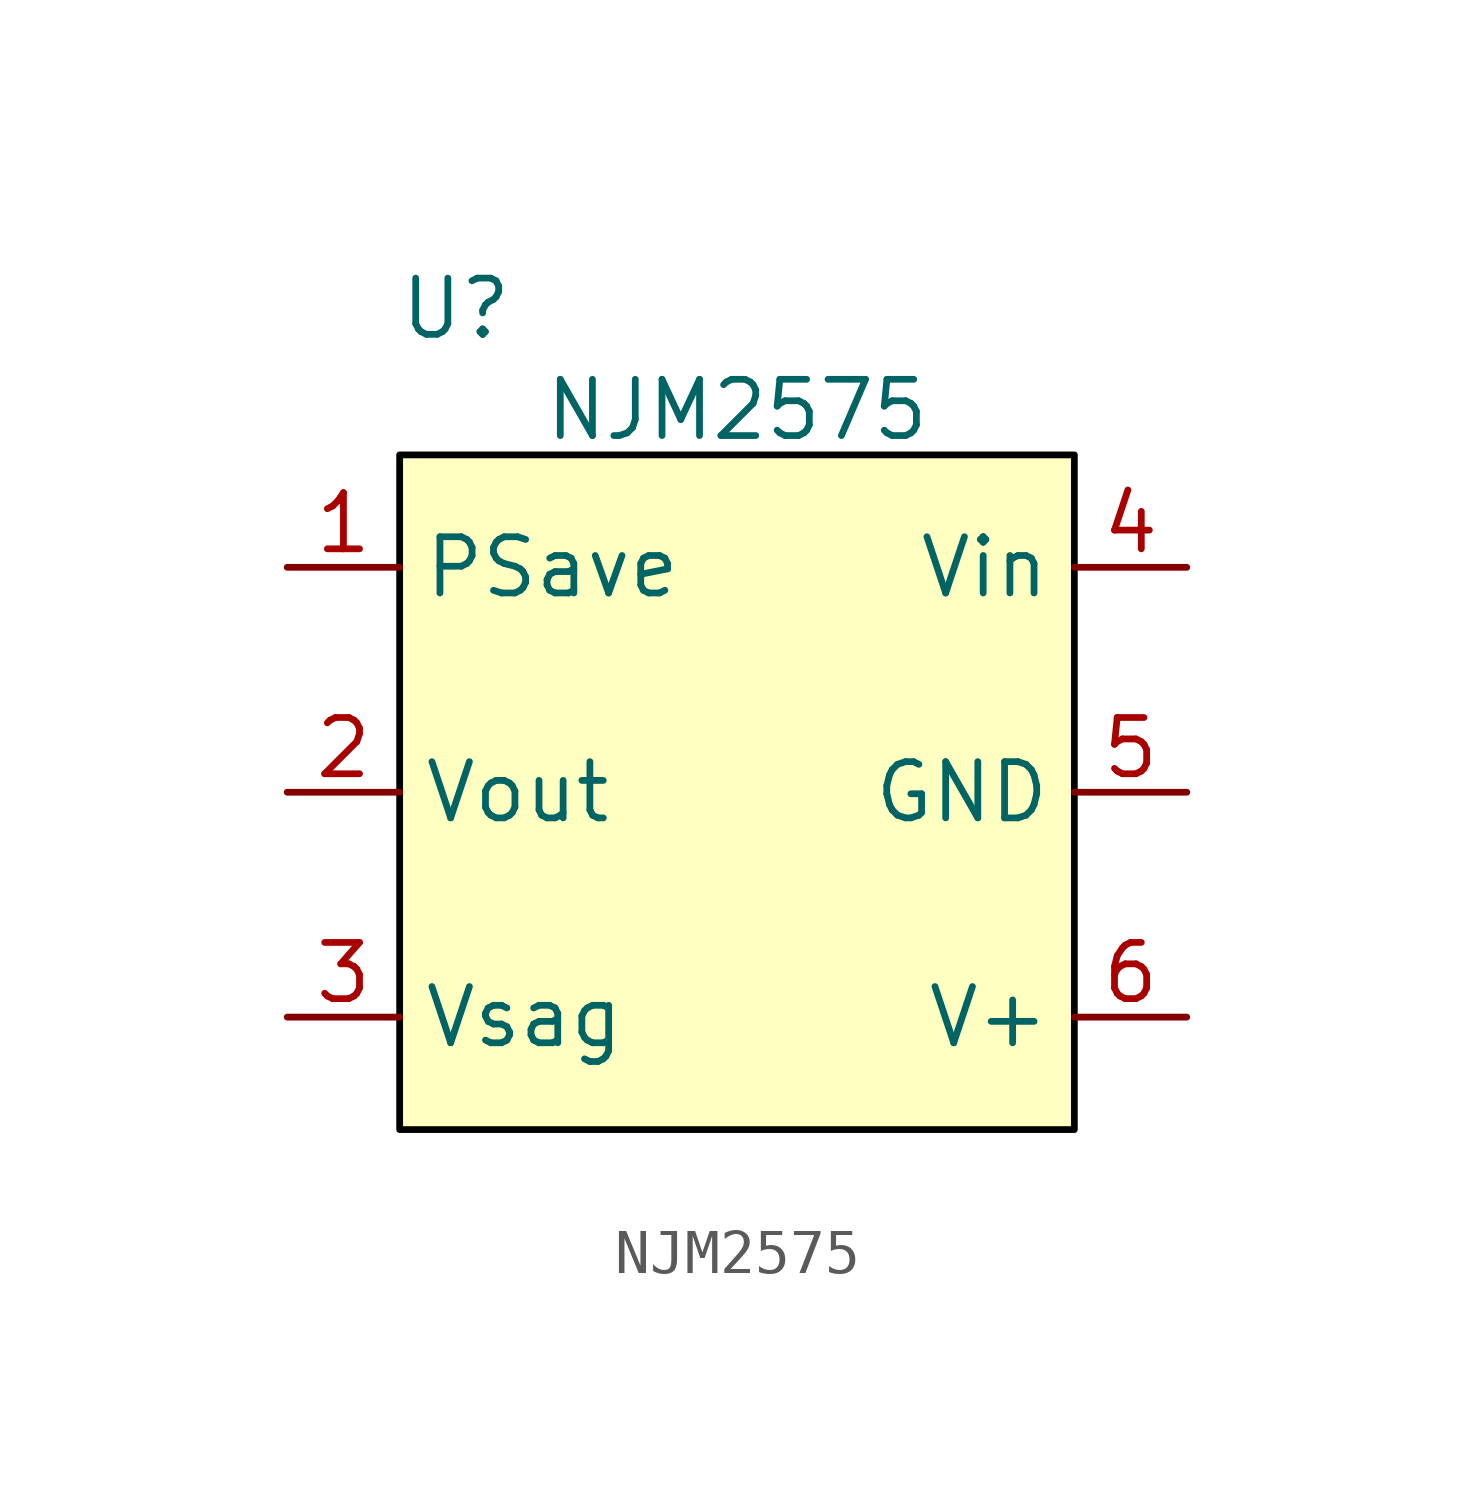
<source format=kicad_sym>
(kicad_symbol_lib
  (version 20231120)
  (generator "kicad_symbol_editor")
  (generator_version "8.0")
  (symbol "NJM2575"
    (property "Reference" "U"
      (at -6.35 10.922 0)
      (effects (font (size 1.27 1.27))))
    (property "Value" "NJM2575"
      (at 0 8.636 0)
      (effects (font (size 1.27 1.27))))
    (symbol "NJM2575_0_0"
      (pin input line (at -10.16 5.08 0) (length 2.54) (name "PSave" (effects (font (size 1.27 1.27)))) (number "1" (effects (font (size 1.27 1.27)))))
      (pin output line (at -10.16 0 0) (length 2.54) (name "Vout" (effects (font (size 1.27 1.27)))) (number "2" (effects (font (size 1.27 1.27)))))
      (pin input line (at -10.16 -5.08 0) (length 2.54) (name "Vsag" (effects (font (size 1.27 1.27)))) (number "3" (effects (font (size 1.27 1.27)))))
      (pin input line (at 10.16 5.08 180) (length 2.54) (name "Vin" (effects (font (size 1.27 1.27)))) (number "4" (effects (font (size 1.27 1.27)))))
      (pin power_in line (at 10.16 0 180) (length 2.54) (name "GND" (effects (font (size 1.27 1.27)))) (number "5" (effects (font (size 1.27 1.27)))))
      (pin power_in line (at 10.16 -5.08 180) (length 2.54) (name "V+" (effects (font (size 1.27 1.27)))) (number "6" (effects (font (size 1.27 1.27))))))
    (symbol "NJM2575_1_1"
      (polyline (pts (xy -7.62 7.62) (xy -7.62 -7.62) (xy 7.62 -7.62) (xy 7.62 7.62) (xy -7.62 7.62)) (stroke (width 0) (type default) (color 0 0 0 1)) (fill (type background))))))
</source>
